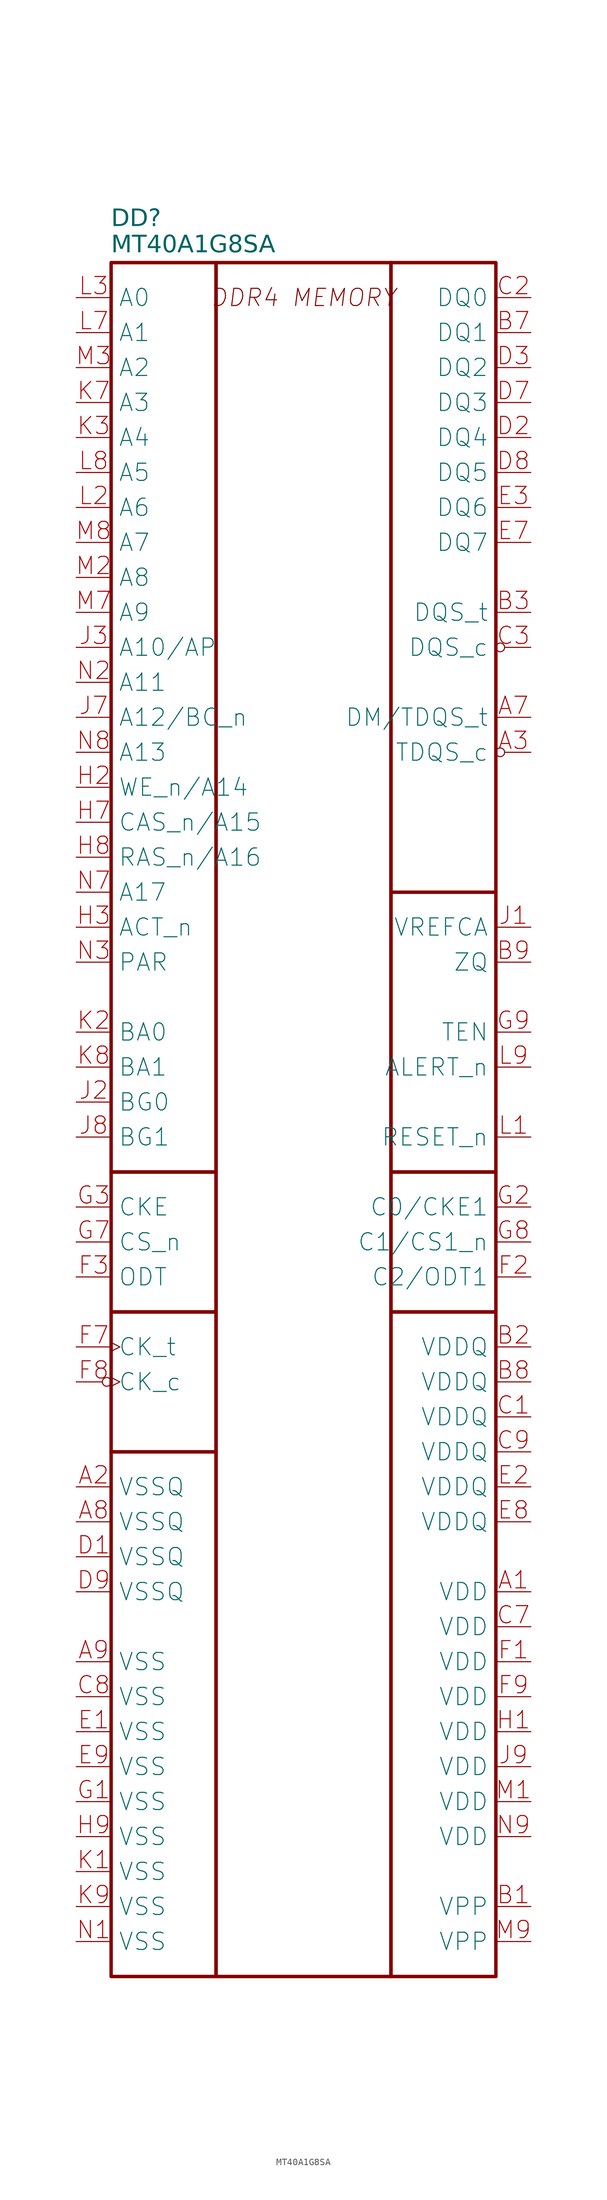
<source format=kicad_sym>
(kicad_symbol_lib
  (version 20231120)
  (generator "kicad_symbol_editor")
  (generator_version "8.0")
  (symbol "MT40A1G8SA"
    (pin_names
      (offset 1.016))
    (property "Reference" "DD"
      (at -27.94 6.35 0)
      (effects (font (face "GOST type A") (size 2.5 2.5) (italic yes)) (justify left)))
    (property "Value" "MT40A1G8SA"
      (at -27.94 2.54 0)
      (effects (font (face "GOST type A") (size 2.5 2.5) (italic yes)) (justify left)))
    (symbol "MT40A1G8SA_1_0"
      (rectangle (start -27.94 -172.72) (end -12.7 -248.92) (stroke (width 0.5) (type default)) (fill (type none)))
      (rectangle (start -27.94 -152.4) (end -12.7 -172.72) (stroke (width 0.5) (type default)) (fill (type none)))
      (rectangle (start -27.94 -132.08) (end -12.7 -152.4) (stroke (width 0.5) (type default)) (fill (type none)))
      (rectangle (start -27.94 0) (end -12.7 -132.08) (stroke (width 0.5) (type default)) (fill (type none)))
      (rectangle (start -12.7 0) (end 12.7 -248.92) (stroke (width 0.5) (type default)) (fill (type none)))
      (rectangle (start 12.7 -152.4) (end 27.94 -248.92) (stroke (width 0.5) (type default)) (fill (type none)))
      (rectangle (start 12.7 -132.08) (end 27.94 -152.4) (stroke (width 0.5) (type default)) (fill (type none)))
      (rectangle (start 12.7 -91.44) (end 27.94 -132.08) (stroke (width 0.5) (type default)) (fill (type none)))
      (rectangle (start 12.7 0) (end 27.94 -91.44) (stroke (width 0.5) (type default)) (fill (type none)))
      (text "DDR4 MEMORY" (at 0 -5.08 0) (effects (font (size 2.5 2.5) (italic yes))))
      (pin power_in line (at 33.02 -193.04 180) (length 5.08) (name "VDD" (effects (font (size 2.5 2.5)))) (number "A1" (effects (font (size 2.5 2.5)))))
      (pin power_in line (at -33.02 -177.8 0) (length 5.08) (name "VSSQ" (effects (font (size 2.5 2.5)))) (number "A2" (effects (font (size 2.5 2.5)))))
      (pin bidirectional inverted (at 33.02 -71.12 180) (length 5.08) (name "TDQS_c" (effects (font (size 2.5 2.5)))) (number "A3" (effects (font (size 2.5 2.5)))))
      (pin bidirectional line (at 33.02 -66.04 180) (length 5.08) (name "DM/TDQS_t" (effects (font (size 2.5 2.5)))) (number "A7" (effects (font (size 2.5 2.5)))))
      (pin power_in line (at -33.02 -182.88 0) (length 5.08) (name "VSSQ" (effects (font (size 2.5 2.5)))) (number "A8" (effects (font (size 2.5 2.5)))))
      (pin power_in line (at -33.02 -203.2 0) (length 5.08) (name "VSS" (effects (font (size 2.5 2.5)))) (number "A9" (effects (font (size 2.5 2.5)))))
      (pin power_in line (at 33.02 -238.76 180) (length 5.08) (name "VPP" (effects (font (size 2.5 2.5)))) (number "B1" (effects (font (size 2.5 2.5)))))
      (pin power_in line (at 33.02 -157.48 180) (length 5.08) (name "VDDQ" (effects (font (size 2.5 2.5)))) (number "B2" (effects (font (size 2.5 2.5)))))
      (pin bidirectional line (at 33.02 -50.8 180) (length 5.08) (name "DQS_t" (effects (font (size 2.5 2.5)))) (number "B3" (effects (font (size 2.5 2.5)))))
      (pin bidirectional line (at 33.02 -10.16 180) (length 5.08) (name "DQ1" (effects (font (size 2.5 2.5)))) (number "B7" (effects (font (size 2.5 2.5)))))
      (pin power_in line (at 33.02 -162.56 180) (length 5.08) (name "VDDQ" (effects (font (size 2.5 2.5)))) (number "B8" (effects (font (size 2.5 2.5)))))
      (pin passive line (at 33.02 -101.6 180) (length 5.08) (name "ZQ" (effects (font (size 2.5 2.5)))) (number "B9" (effects (font (size 2.5 2.5)))))
      (pin power_in line (at 33.02 -167.64 180) (length 5.08) (name "VDDQ" (effects (font (size 2.5 2.5)))) (number "C1" (effects (font (size 2.5 2.5)))))
      (pin bidirectional line (at 33.02 -5.08 180) (length 5.08) (name "DQ0" (effects (font (size 2.5 2.5)))) (number "C2" (effects (font (size 2.5 2.5)))))
      (pin bidirectional inverted (at 33.02 -55.88 180) (length 5.08) (name "DQS_c" (effects (font (size 2.5 2.5)))) (number "C3" (effects (font (size 2.5 2.5)))))
      (pin power_in line (at 33.02 -198.12 180) (length 5.08) (name "VDD" (effects (font (size 2.5 2.5)))) (number "C7" (effects (font (size 2.5 2.5)))))
      (pin power_in line (at -33.02 -208.28 0) (length 5.08) (name "VSS" (effects (font (size 2.5 2.5)))) (number "C8" (effects (font (size 2.5 2.5)))))
      (pin power_in line (at 33.02 -172.72 180) (length 5.08) (name "VDDQ" (effects (font (size 2.5 2.5)))) (number "C9" (effects (font (size 2.5 2.5)))))
      (pin power_in line (at -33.02 -187.96 0) (length 5.08) (name "VSSQ" (effects (font (size 2.5 2.5)))) (number "D1" (effects (font (size 2.5 2.5)))))
      (pin bidirectional line (at 33.02 -25.4 180) (length 5.08) (name "DQ4" (effects (font (size 2.5 2.5)))) (number "D2" (effects (font (size 2.5 2.5)))))
      (pin bidirectional line (at 33.02 -15.24 180) (length 5.08) (name "DQ2" (effects (font (size 2.5 2.5)))) (number "D3" (effects (font (size 2.5 2.5)))))
      (pin bidirectional line (at 33.02 -20.32 180) (length 5.08) (name "DQ3" (effects (font (size 2.5 2.5)))) (number "D7" (effects (font (size 2.5 2.5)))))
      (pin bidirectional line (at 33.02 -30.48 180) (length 5.08) (name "DQ5" (effects (font (size 2.5 2.5)))) (number "D8" (effects (font (size 2.5 2.5)))))
      (pin power_in line (at -33.02 -193.04 0) (length 5.08) (name "VSSQ" (effects (font (size 2.5 2.5)))) (number "D9" (effects (font (size 2.5 2.5)))))
      (pin power_in line (at -33.02 -213.36 0) (length 5.08) (name "VSS" (effects (font (size 2.5 2.5)))) (number "E1" (effects (font (size 2.5 2.5)))))
      (pin power_in line (at 33.02 -177.8 180) (length 5.08) (name "VDDQ" (effects (font (size 2.5 2.5)))) (number "E2" (effects (font (size 2.5 2.5)))))
      (pin bidirectional line (at 33.02 -35.56 180) (length 5.08) (name "DQ6" (effects (font (size 2.5 2.5)))) (number "E3" (effects (font (size 2.5 2.5)))))
      (pin bidirectional line (at 33.02 -40.64 180) (length 5.08) (name "DQ7" (effects (font (size 2.5 2.5)))) (number "E7" (effects (font (size 2.5 2.5)))))
      (pin power_in line (at 33.02 -182.88 180) (length 5.08) (name "VDDQ" (effects (font (size 2.5 2.5)))) (number "E8" (effects (font (size 2.5 2.5)))))
      (pin power_in line (at -33.02 -218.44 0) (length 5.08) (name "VSS" (effects (font (size 2.5 2.5)))) (number "E9" (effects (font (size 2.5 2.5)))))
      (pin power_in line (at 33.02 -203.2 180) (length 5.08) (name "VDD" (effects (font (size 2.5 2.5)))) (number "F1" (effects (font (size 2.5 2.5)))))
      (pin input line (at 33.02 -147.32 180) (length 5.08) (name "C2/ODT1" (effects (font (size 2.5 2.5)))) (number "F2" (effects (font (size 2.5 2.5)))))
      (pin input line (at -33.02 -147.32 0) (length 5.08) (name "ODT" (effects (font (size 2.5 2.5)))) (number "F3" (effects (font (size 2.5 2.5)))))
      (pin input clock (at -33.02 -157.48 0) (length 5.08) (name "CK_t" (effects (font (size 2.5 2.5)))) (number "F7" (effects (font (size 2.5 2.5)))))
      (pin input inverted_clock (at -33.02 -162.56 0) (length 5.08) (name "CK_c" (effects (font (size 2.5 2.5)))) (number "F8" (effects (font (size 2.5 2.5)))))
      (pin power_in line (at 33.02 -208.28 180) (length 5.08) (name "VDD" (effects (font (size 2.5 2.5)))) (number "F9" (effects (font (size 2.5 2.5)))))
      (pin power_in line (at -33.02 -223.52 0) (length 5.08) (name "VSS" (effects (font (size 2.5 2.5)))) (number "G1" (effects (font (size 2.5 2.5)))))
      (pin input line (at 33.02 -137.16 180) (length 5.08) (name "C0/CKE1" (effects (font (size 2.5 2.5)))) (number "G2" (effects (font (size 2.5 2.5)))))
      (pin input line (at -33.02 -137.16 0) (length 5.08) (name "CKE" (effects (font (size 2.5 2.5)))) (number "G3" (effects (font (size 2.5 2.5)))))
      (pin input line (at -33.02 -142.24 0) (length 5.08) (name "CS_n" (effects (font (size 2.5 2.5)))) (number "G7" (effects (font (size 2.5 2.5)))))
      (pin input line (at 33.02 -142.24 180) (length 5.08) (name "C1/CS1_n" (effects (font (size 2.5 2.5)))) (number "G8" (effects (font (size 2.5 2.5)))))
      (pin input line (at 33.02 -111.76 180) (length 5.08) (name "TEN" (effects (font (size 2.5 2.5)))) (number "G9" (effects (font (size 2.5 2.5)))))
      (pin power_in line (at 33.02 -213.36 180) (length 5.08) (name "VDD" (effects (font (size 2.5 2.5)))) (number "H1" (effects (font (size 2.5 2.5)))))
      (pin input line (at -33.02 -76.2 0) (length 5.08) (name "WE_n/A14" (effects (font (size 2.5 2.5)))) (number "H2" (effects (font (size 2.5 2.5)))))
      (pin input line (at -33.02 -96.52 0) (length 5.08) (name "ACT_n" (effects (font (size 2.5 2.5)))) (number "H3" (effects (font (size 2.5 2.5)))))
      (pin input line (at -33.02 -81.28 0) (length 5.08) (name "CAS_n/A15" (effects (font (size 2.5 2.5)))) (number "H7" (effects (font (size 2.5 2.5)))))
      (pin input line (at -33.02 -86.36 0) (length 5.08) (name "RAS_n/A16" (effects (font (size 2.5 2.5)))) (number "H8" (effects (font (size 2.5 2.5)))))
      (pin power_in line (at -33.02 -228.6 0) (length 5.08) (name "VSS" (effects (font (size 2.5 2.5)))) (number "H9" (effects (font (size 2.5 2.5)))))
      (pin passive line (at 33.02 -96.52 180) (length 5.08) (name "VREFCA" (effects (font (size 2.5 2.5)))) (number "J1" (effects (font (size 2.5 2.5)))))
      (pin input line (at -33.02 -121.92 0) (length 5.08) (name "BG0" (effects (font (size 2.5 2.5)))) (number "J2" (effects (font (size 2.5 2.5)))))
      (pin input line (at -33.02 -55.88 0) (length 5.08) (name "A10/AP" (effects (font (size 2.5 2.5)))) (number "J3" (effects (font (size 2.5 2.5)))))
      (pin input line (at -33.02 -66.04 0) (length 5.08) (name "A12/BC_n" (effects (font (size 2.5 2.5)))) (number "J7" (effects (font (size 2.5 2.5)))))
      (pin input line (at -33.02 -127 0) (length 5.08) (name "BG1" (effects (font (size 2.5 2.5)))) (number "J8" (effects (font (size 2.5 2.5)))))
      (pin power_in line (at 33.02 -218.44 180) (length 5.08) (name "VDD" (effects (font (size 2.5 2.5)))) (number "J9" (effects (font (size 2.5 2.5)))))
      (pin power_in line (at -33.02 -233.68 0) (length 5.08) (name "VSS" (effects (font (size 2.5 2.5)))) (number "K1" (effects (font (size 2.5 2.5)))))
      (pin input line (at -33.02 -111.76 0) (length 5.08) (name "BA0" (effects (font (size 2.5 2.5)))) (number "K2" (effects (font (size 2.5 2.5)))))
      (pin input line (at -33.02 -25.4 0) (length 5.08) (name "A4" (effects (font (size 2.5 2.5)))) (number "K3" (effects (font (size 2.5 2.5)))))
      (pin input line (at -33.02 -20.32 0) (length 5.08) (name "A3" (effects (font (size 2.5 2.5)))) (number "K7" (effects (font (size 2.5 2.5)))))
      (pin input line (at -33.02 -116.84 0) (length 5.08) (name "BA1" (effects (font (size 2.5 2.5)))) (number "K8" (effects (font (size 2.5 2.5)))))
      (pin power_in line (at -33.02 -238.76 0) (length 5.08) (name "VSS" (effects (font (size 2.5 2.5)))) (number "K9" (effects (font (size 2.5 2.5)))))
      (pin input line (at 33.02 -127 180) (length 5.08) (name "RESET_n" (effects (font (size 2.5 2.5)))) (number "L1" (effects (font (size 2.5 2.5)))))
      (pin input line (at -33.02 -35.56 0) (length 5.08) (name "A6" (effects (font (size 2.5 2.5)))) (number "L2" (effects (font (size 2.5 2.5)))))
      (pin input line (at -33.02 -5.08 0) (length 5.08) (name "A0" (effects (font (size 2.5 2.5)))) (number "L3" (effects (font (size 2.5 2.5)))))
      (pin input line (at -33.02 -10.16 0) (length 5.08) (name "A1" (effects (font (size 2.5 2.5)))) (number "L7" (effects (font (size 2.5 2.5)))))
      (pin input line (at -33.02 -30.48 0) (length 5.08) (name "A5" (effects (font (size 2.5 2.5)))) (number "L8" (effects (font (size 2.5 2.5)))))
      (pin input line (at 33.02 -116.84 180) (length 5.08) (name "ALERT_n" (effects (font (size 2.5 2.5)))) (number "L9" (effects (font (size 2.5 2.5)))))
      (pin power_in line (at 33.02 -223.52 180) (length 5.08) (name "VDD" (effects (font (size 2.5 2.5)))) (number "M1" (effects (font (size 2.5 2.5)))))
      (pin input line (at -33.02 -45.72 0) (length 5.08) (name "A8" (effects (font (size 2.5 2.5)))) (number "M2" (effects (font (size 2.5 2.5)))))
      (pin input line (at -33.02 -15.24 0) (length 5.08) (name "A2" (effects (font (size 2.5 2.5)))) (number "M3" (effects (font (size 2.5 2.5)))))
      (pin input line (at -33.02 -50.8 0) (length 5.08) (name "A9" (effects (font (size 2.5 2.5)))) (number "M7" (effects (font (size 2.5 2.5)))))
      (pin input line (at -33.02 -40.64 0) (length 5.08) (name "A7" (effects (font (size 2.5 2.5)))) (number "M8" (effects (font (size 2.5 2.5)))))
      (pin power_in line (at 33.02 -243.84 180) (length 5.08) (name "VPP" (effects (font (size 2.5 2.5)))) (number "M9" (effects (font (size 2.5 2.5)))))
      (pin power_in line (at -33.02 -243.84 0) (length 5.08) (name "VSS" (effects (font (size 2.5 2.5)))) (number "N1" (effects (font (size 2.5 2.5)))))
      (pin input line (at -33.02 -60.96 0) (length 5.08) (name "A11" (effects (font (size 2.5 2.5)))) (number "N2" (effects (font (size 2.5 2.5)))))
      (pin input line (at -33.02 -101.6 0) (length 5.08) (name "PAR" (effects (font (size 2.5 2.5)))) (number "N3" (effects (font (size 2.5 2.5)))))
      (pin input line (at -33.02 -91.44 0) (length 5.08) (name "A17" (effects (font (size 2.5 2.5)))) (number "N7" (effects (font (size 2.5 2.5)))))
      (pin input line (at -33.02 -71.12 0) (length 5.08) (name "A13" (effects (font (size 2.5 2.5)))) (number "N8" (effects (font (size 2.5 2.5)))))
      (pin power_in line (at 33.02 -228.6 180) (length 5.08) (name "VDD" (effects (font (size 2.5 2.5)))) (number "N9" (effects (font (size 2.5 2.5))))))))
</source>
